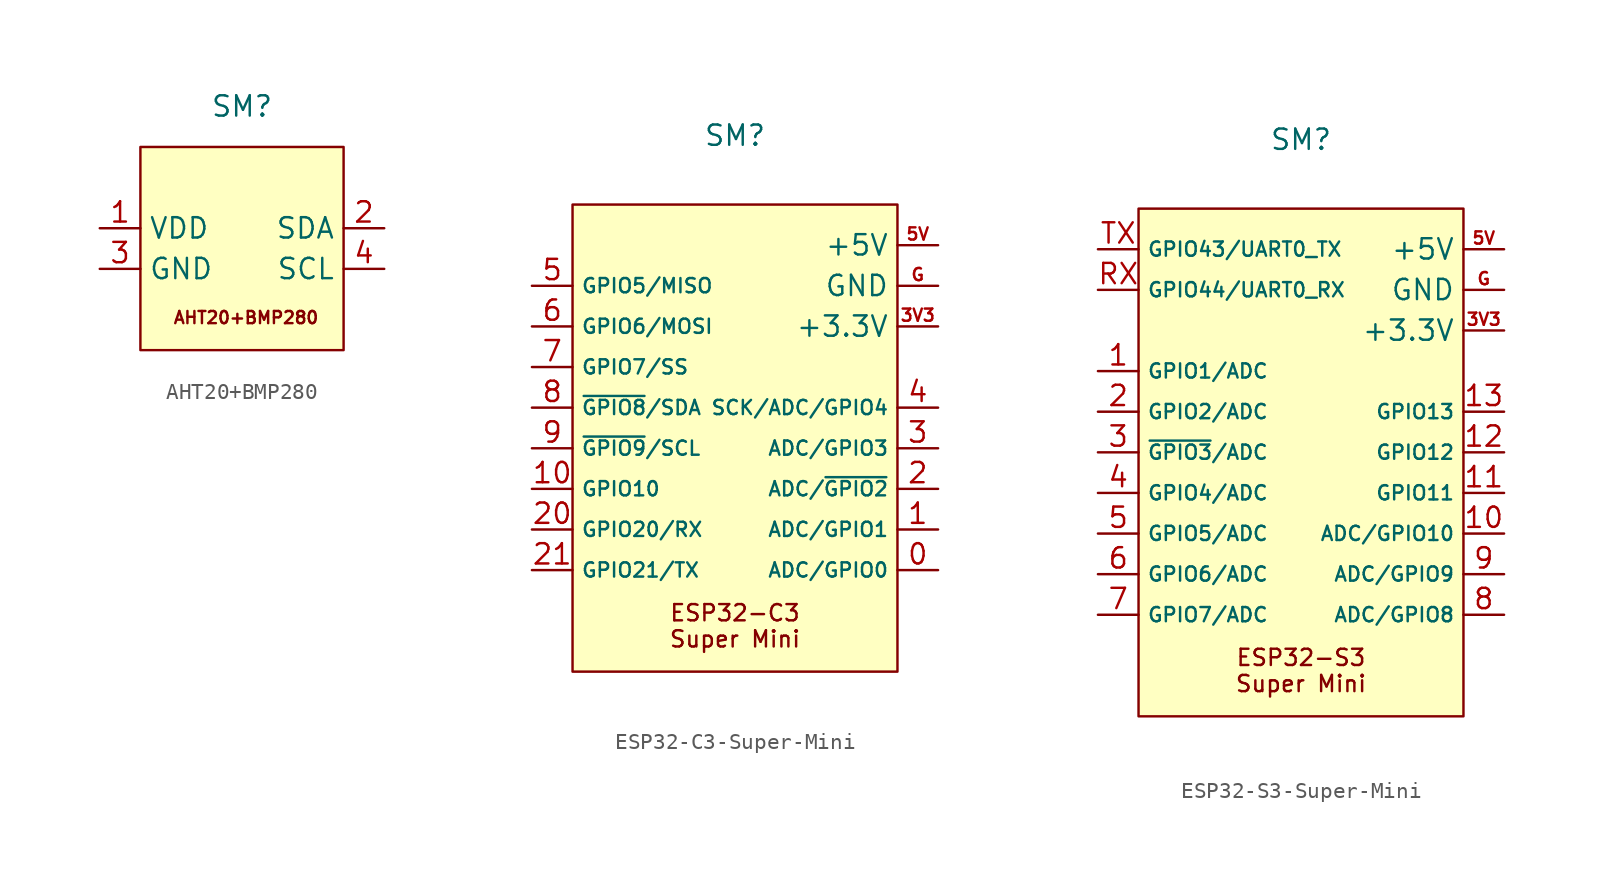
<source format=kicad_sym>
(kicad_symbol_lib
  (version 20231120)
  (generator "kicad_symbol_editor")
  (generator_version "8.0")
  (symbol "AHT20+BMP280"
    (property "Reference" "SM"
      (at 0 8.89 0)
      (effects (font (size 1.27 1.27))))
    (property "Value" ""
      (at -1.27 7.62 0)
      (effects (font (size 1.27 1.27))))
    (symbol "AHT20+BMP280_0_1"
      (rectangle (start -6.35 6.35) (end 6.35 -6.35) (stroke (width 0) (type default)) (fill (type background))))
    (symbol "AHT20+BMP280_1_1"
      (text "AHT20+BMP280" (at 0.254 -4.318 0) (effects (font (size 0.762 0.762))))
      (pin power_in line (at -8.89 1.27 0) (length 2.54) (name "VDD" (effects (font (size 1.27 1.27)))) (number "1" (effects (font (size 1.27 1.27)))))
      (pin bidirectional line (at 8.89 1.27 180) (length 2.54) (name "SDA" (effects (font (size 1.27 1.27)))) (number "2" (effects (font (size 1.27 1.27)))))
      (pin power_in line (at -8.89 -1.27 0) (length 2.54) (name "GND" (effects (font (size 1.27 1.27)))) (number "3" (effects (font (size 1.27 1.27)))))
      (pin input line (at 8.89 -1.27 180) (length 2.54) (name "SCL" (effects (font (size 1.27 1.27)))) (number "4" (effects (font (size 1.27 1.27)))))))
  (symbol "ESP32-C3-Super-Mini"
    (property "Reference" "SM"
      (at 0 18.288 0)
      (effects (font (size 1.27 1.27))))
    (property "Value" ""
      (at 0 13.97 0)
      (effects (font (size 1.27 1.27))))
    (symbol "ESP32-C3-Super-Mini_0_1"
      (rectangle (start -10.16 13.97) (end 10.16 -15.24) (stroke (width 0) (type default)) (fill (type background))))
    (symbol "ESP32-C3-Super-Mini_1_1"
      (text_box "ESP32-C3\nSuper Mini" (at -7.62 -10.16 0) (size 15.24 -5.08) (stroke (width -0.0001) (type default)) (fill (type none)) (effects (font (size 1.016 1.016)) (justify top)))
      (pin passive line (at 12.7 -8.89 180) (length 2.54) (name "ADC/GPIO0" (effects (font (size 0.889 0.889)))) (number "0" (effects (font (size 1.27 1.27)))))
      (pin passive line (at 12.7 -6.35 180) (length 2.54) (name "ADC/GPIO1" (effects (font (size 0.889 0.889)))) (number "1" (effects (font (size 1.27 1.27)))))
      (pin passive line (at -12.7 -3.81 0) (length 2.54) (name "GPIO10" (effects (font (size 0.889 0.889)))) (number "10" (effects (font (size 1.27 1.27)))))
      (pin passive line (at 12.7 -3.81 180) (length 2.54) (name "ADC/~{GPIO2}" (effects (font (size 0.889 0.889)))) (number "2" (effects (font (size 1.27 1.27)))))
      (pin passive line (at -12.7 -6.35 0) (length 2.54) (name "GPIO20/RX" (effects (font (size 0.889 0.889)))) (number "20" (effects (font (size 1.27 1.27)))))
      (pin passive line (at -12.7 -8.89 0) (length 2.54) (name "GPIO21/TX" (effects (font (size 0.889 0.889)))) (number "21" (effects (font (size 1.27 1.27)))))
      (pin passive line (at 12.7 -1.27 180) (length 2.54) (name "ADC/GPIO3" (effects (font (size 0.889 0.889)))) (number "3" (effects (font (size 1.27 1.27)))))
      (pin power_in line (at 12.7 6.35 180) (length 2.54) (name "+3.3V" (effects (font (size 1.27 1.27)))) (number "3V3" (effects (font (size 0.762 0.762)))))
      (pin passive line (at 12.7 1.27 180) (length 2.54) (name "SCK/ADC/GPIO4" (effects (font (size 0.889 0.889)))) (number "4" (effects (font (size 1.27 1.27)))))
      (pin passive line (at -12.7 8.89 0) (length 2.54) (name "GPIO5/MISO" (effects (font (size 0.889 0.889)))) (number "5" (effects (font (size 1.27 1.27)))))
      (pin power_in line (at 12.7 11.43 180) (length 2.54) (name "+5V" (effects (font (size 1.27 1.27)))) (number "5V" (effects (font (size 0.762 0.762)))))
      (pin passive line (at -12.7 6.35 0) (length 2.54) (name "GPIO6/MOSI" (effects (font (size 0.889 0.889)))) (number "6" (effects (font (size 1.27 1.27)))))
      (pin passive line (at -12.7 3.81 0) (length 2.54) (name "GPIO7/SS" (effects (font (size 0.889 0.889)))) (number "7" (effects (font (size 1.27 1.27)))))
      (pin passive line (at -12.7 1.27 0) (length 2.54) (name "~{GPIO8}/SDA" (effects (font (size 0.889 0.889)))) (number "8" (effects (font (size 1.27 1.27)))))
      (pin passive line (at -12.7 -1.27 0) (length 2.54) (name "~{GPIO9}/SCL" (effects (font (size 0.889 0.889)))) (number "9" (effects (font (size 1.27 1.27)))))
      (pin power_in line (at 12.7 8.89 180) (length 2.54) (name "GND" (effects (font (size 1.27 1.27)))) (number "G" (effects (font (size 0.762 0.762)))))))
  (symbol "ESP32-S3-Super-Mini"
    (property "Reference" "SM"
      (at 0 18.288 0)
      (effects (font (size 1.27 1.27))))
    (property "Value" ""
      (at 0 13.97 0)
      (effects (font (size 1.27 1.27))))
    (symbol "ESP32-S3-Super-Mini_0_1"
      (rectangle (start -10.16 13.97) (end 10.16 -17.78) (stroke (width 0) (type default)) (fill (type background))))
    (symbol "ESP32-S3-Super-Mini_1_1"
      (text_box "ESP32-S3\nSuper Mini" (at -7.62 -12.7 0) (size 15.24 -5.08) (stroke (width -0.0001) (type default)) (fill (type none)) (effects (font (size 1.016 1.016)) (justify top)))
      (pin passive line (at -12.7 3.81 0) (length 2.54) (name "GPIO1/ADC" (effects (font (size 0.889 0.889)))) (number "1" (effects (font (size 1.27 1.27)))))
      (pin passive line (at 12.7 -6.35 180) (length 2.54) (name "ADC/GPIO10" (effects (font (size 0.889 0.889)))) (number "10" (effects (font (size 1.27 1.27)))))
      (pin passive line (at 12.7 -3.81 180) (length 2.54) (name "GPIO11" (effects (font (size 0.889 0.889)))) (number "11" (effects (font (size 1.27 1.27)))))
      (pin passive line (at 12.7 -1.27 180) (length 2.54) (name "GPIO12" (effects (font (size 0.889 0.889)))) (number "12" (effects (font (size 1.27 1.27)))))
      (pin passive line (at 12.7 1.27 180) (length 2.54) (name "GPIO13" (effects (font (size 0.889 0.889)))) (number "13" (effects (font (size 1.27 1.27)))))
      (pin passive line (at -12.7 1.27 0) (length 2.54) (name "GPIO2/ADC" (effects (font (size 0.889 0.889)))) (number "2" (effects (font (size 1.27 1.27)))))
      (pin passive line (at -12.7 -1.27 0) (length 2.54) (name "~{GPIO3}/ADC" (effects (font (size 0.889 0.889)))) (number "3" (effects (font (size 1.27 1.27)))))
      (pin power_in line (at 12.7 6.35 180) (length 2.54) (name "+3.3V" (effects (font (size 1.27 1.27)))) (number "3V3" (effects (font (size 0.762 0.762)))))
      (pin passive line (at -12.7 -3.81 0) (length 2.54) (name "GPIO4/ADC" (effects (font (size 0.889 0.889)))) (number "4" (effects (font (size 1.27 1.27)))))
      (pin passive line (at -12.7 -6.35 0) (length 2.54) (name "GPIO5/ADC" (effects (font (size 0.889 0.889)))) (number "5" (effects (font (size 1.27 1.27)))))
      (pin power_in line (at 12.7 11.43 180) (length 2.54) (name "+5V" (effects (font (size 1.27 1.27)))) (number "5V" (effects (font (size 0.762 0.762)))))
      (pin passive line (at -12.7 -8.89 0) (length 2.54) (name "GPIO6/ADC" (effects (font (size 0.889 0.889)))) (number "6" (effects (font (size 1.27 1.27)))))
      (pin passive line (at -12.7 -11.43 0) (length 2.54) (name "GPIO7/ADC" (effects (font (size 0.889 0.889)))) (number "7" (effects (font (size 1.27 1.27)))))
      (pin passive line (at 12.7 -11.43 180) (length 2.54) (name "ADC/GPIO8" (effects (font (size 0.889 0.889)))) (number "8" (effects (font (size 1.27 1.27)))))
      (pin passive line (at 12.7 -8.89 180) (length 2.54) (name "ADC/GPIO9" (effects (font (size 0.889 0.889)))) (number "9" (effects (font (size 1.27 1.27)))))
      (pin power_in line (at 12.7 8.89 180) (length 2.54) (name "GND" (effects (font (size 1.27 1.27)))) (number "G" (effects (font (size 0.762 0.762)))))
      (pin passive line (at -12.7 8.89 0) (length 2.54) (name "GPIO44/UART0_RX" (effects (font (size 0.889 0.889)))) (number "RX" (effects (font (size 1.27 1.27)))))
      (pin passive line (at -12.7 11.43 0) (length 2.54) (name "GPIO43/UART0_TX" (effects (font (size 0.889 0.889)))) (number "TX" (effects (font (size 1.27 1.27))))))))
</source>
